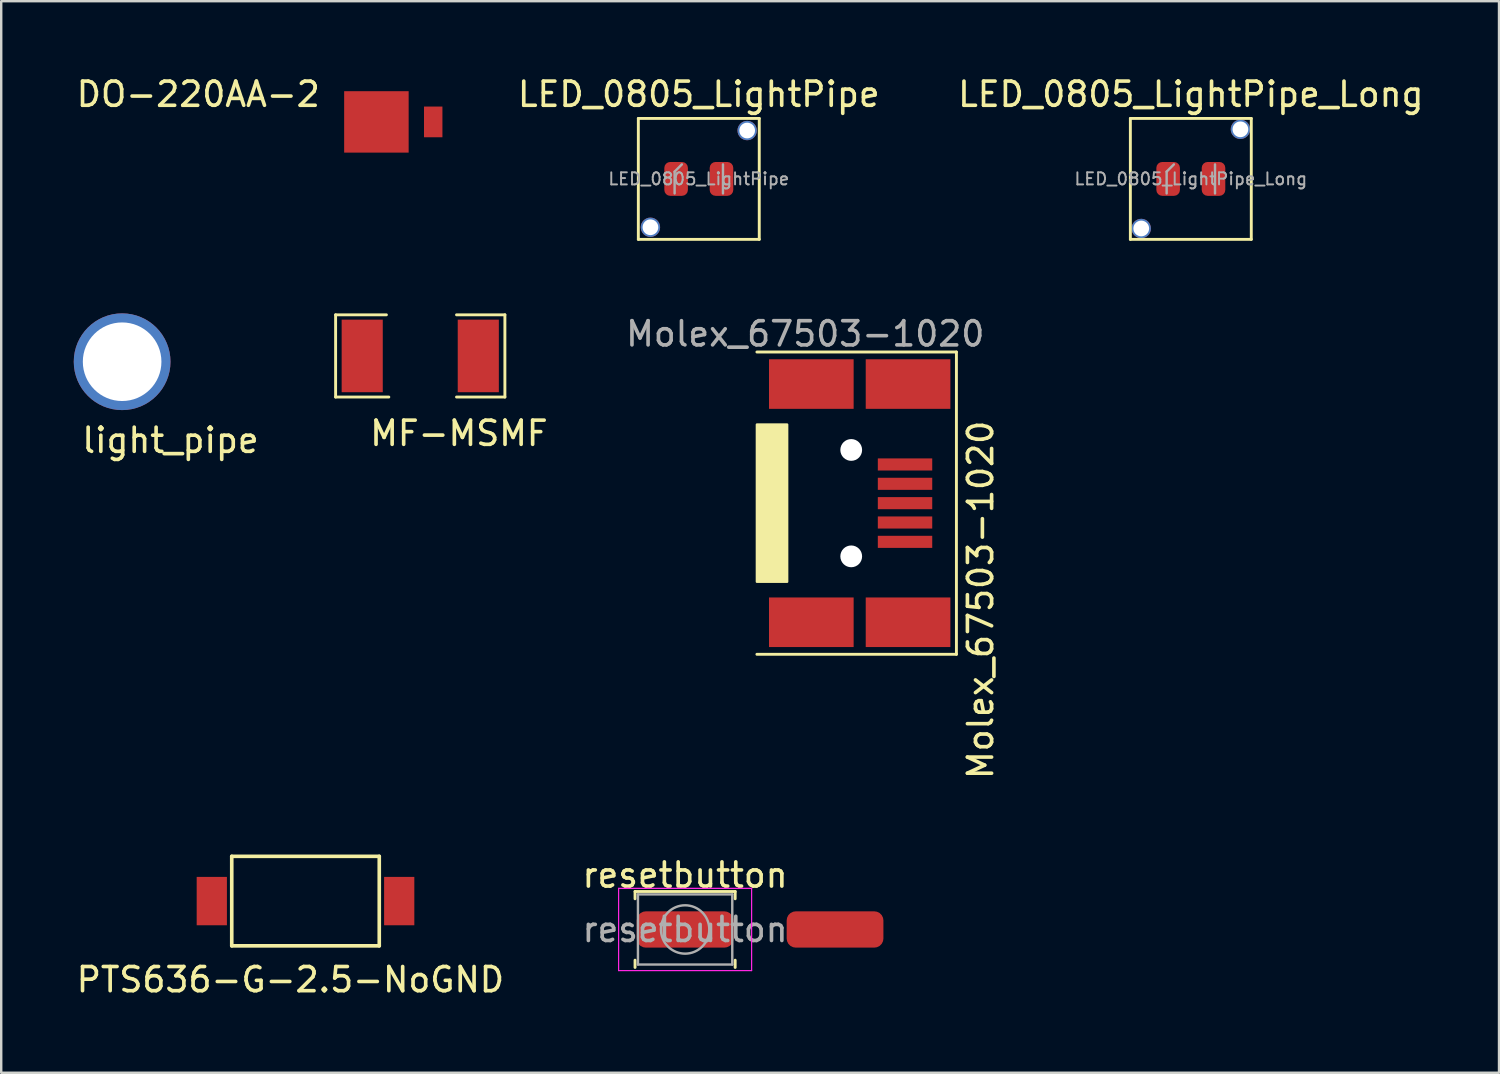
<source format=kicad_pcb>
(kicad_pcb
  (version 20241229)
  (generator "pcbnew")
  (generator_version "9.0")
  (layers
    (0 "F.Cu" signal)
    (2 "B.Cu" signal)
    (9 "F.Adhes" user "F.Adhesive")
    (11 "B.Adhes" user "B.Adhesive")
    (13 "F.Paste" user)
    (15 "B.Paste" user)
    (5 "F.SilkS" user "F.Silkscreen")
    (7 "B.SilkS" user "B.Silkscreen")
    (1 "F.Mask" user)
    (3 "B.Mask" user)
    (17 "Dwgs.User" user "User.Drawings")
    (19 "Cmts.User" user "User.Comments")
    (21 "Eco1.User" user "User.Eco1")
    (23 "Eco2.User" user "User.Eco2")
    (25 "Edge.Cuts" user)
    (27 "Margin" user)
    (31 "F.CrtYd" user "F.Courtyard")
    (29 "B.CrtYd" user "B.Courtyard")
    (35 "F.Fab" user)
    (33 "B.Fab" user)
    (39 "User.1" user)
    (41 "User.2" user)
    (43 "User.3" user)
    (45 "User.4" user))
  (footprint "resetbutton"
    (layer "F.Cu")
    (at 25.28 35.385)
    (property "Reference" "resetbutton" (at 0 -2.25 0) (layer "F.SilkS") (effects (font (size 1 1) (thickness 0.15))))
    (attr smd)
    (fp_line (start -2.07 -1.57) (end 2.07 -1.57) (stroke (width 0.12) (type solid)) (layer "F.SilkS"))
    (fp_line (start -2.07 -1.27) (end -2.07 -1.57) (stroke (width 0.12) (type solid)) (layer "F.SilkS"))
    (fp_line (start -2.07 1.57) (end -2.07 1.27) (stroke (width 0.12) (type solid)) (layer "F.SilkS"))
    (fp_line (start 2.07 -1.57) (end 2.07 -1.27) (stroke (width 0.12) (type solid)) (layer "F.SilkS"))
    (fp_line (start 2.07 1.27) (end 2.07 1.57) (stroke (width 0.12) (type solid)) (layer "F.SilkS"))
    (fp_line (start -2.75 -1.7) (end 2.75 -1.7) (stroke (width 0.05) (type solid)) (layer "F.CrtYd"))
    (fp_line (start -2.75 1.7) (end -2.75 -1.7) (stroke (width 0.05) (type solid)) (layer "F.CrtYd"))
    (fp_line (start 2.75 -1.7) (end 2.75 1.7) (stroke (width 0.05) (type solid)) (layer "F.CrtYd"))
    (fp_line (start 2.75 1.7) (end -2.75 1.7) (stroke (width 0.05) (type solid)) (layer "F.CrtYd"))
    (fp_line (start -1.95 -1.45) (end 1.95 -1.45) (stroke (width 0.1) (type solid)) (layer "F.Fab"))
    (fp_line (start -1.95 1.45) (end -1.95 -1.45) (stroke (width 0.1) (type solid)) (layer "F.Fab"))
    (fp_line (start 1.95 -1.45) (end 1.95 1.45) (stroke (width 0.1) (type solid)) (layer "F.Fab"))
    (fp_line (start 1.95 1.45) (end -1.95 1.45) (stroke (width 0.1) (type solid)) (layer "F.Fab"))
    (fp_circle (center 0 0) (end 1 0) (stroke (width 0.1) (type solid)) (fill no) (layer "F.Fab"))
    (fp_text user "${REFERENCE}" (at 0 0 0) (layer "F.Fab") (effects (font (size 1 1) (thickness 0.15))))
    (pad "1" smd roundrect (at 0 0) (size 4 1.5) (layers "F.Cu" "F.Mask" "F.Paste") (roundrect_rratio 0.25))
    (pad "2" smd roundrect (at 6.2 0) (size 4 1.5) (layers "F.Cu" "F.Mask" "F.Paste") (roundrect_rratio 0.25)))
  (footprint "PTS636-G-2.5-NoGND"
    (layer "F.Cu")
    (at 5.708 34.211)
    (property "Reference" "PTS636-G-2.5-NoGND" (at 3.25 3.25 0) (layer "F.SilkS") (effects (font (size 1 1) (thickness 0.15))))
    (attr through_hole)
    (fp_line (start 0.825 -1.85) (end 6.925 -1.85) (stroke (width 0.15) (type solid)) (layer "F.SilkS"))
    (fp_line (start 0.825 1.85) (end 0.825 -1.85) (stroke (width 0.15) (type solid)) (layer "F.SilkS"))
    (fp_line (start 6.925 -1.85) (end 6.925 1.85) (stroke (width 0.15) (type solid)) (layer "F.SilkS"))
    (fp_line (start 6.925 1.85) (end 0.825 1.85) (stroke (width 0.15) (type solid)) (layer "F.SilkS"))
    (pad "1" smd rect (at 0 0) (size 1.25 2) (layers "F.Cu" "F.Mask" "F.Paste"))
    (pad "2" smd rect (at 7.75 0) (size 1.25 2) (layers "F.Cu" "F.Mask" "F.Paste")))
  (footprint "DO-220AA-2"
    (layer "F.Cu")
    (at 12.515 1.991)
    (property "Reference" "DO-220AA-2" (at -7.366 -1.143 0) (layer "F.SilkS") (effects (font (size 1 1) (thickness 0.15))))
    (attr through_hole)
    (pad "1" smd rect (at 2.349 0) (size 0.762 1.27) (layers "F.Cu" "F.Mask" "F.Paste"))
    (pad "2" smd rect (at 0 0) (size 2.667 2.54) (layers "F.Cu" "F.Mask" "F.Paste")))
  (footprint "light_pipe"
    (layer "F.Cu")
    (at 2 11.908)
    (property "Reference" "light_pipe" (at 2 3.25 0) (layer "F.SilkS") (effects (font (size 1 1) (thickness 0.15))))
    (attr through_hole)
    (pad "1" thru_hole circle (at 0 0) (size 4 4) (drill 3.25) (layers "*.Cu" "*.Mask")))
  (footprint "LED_0805_LightPipe"
    (layer "F.Cu")
    (at 25.846 4.348)
    (property "Reference" "LED_0805_LightPipe" (at 0 -3.5 0) (layer "F.SilkS") (effects (font (size 1 1) (thickness 0.15))))
    (attr smd)
    (fp_line (start -2.5 -2.5) (end 2.5 -2.5) (stroke (width 0.12) (type solid)) (layer "F.SilkS"))
    (fp_line (start -2.5 2.5) (end -2.5 -2.5) (stroke (width 0.12) (type solid)) (layer "F.SilkS"))
    (fp_line (start 2.5 -2.5) (end 2.5 2.5) (stroke (width 0.12) (type solid)) (layer "F.SilkS"))
    (fp_line (start 2.5 2.5) (end -2.5 2.5) (stroke (width 0.12) (type solid)) (layer "F.SilkS"))
    (fp_line (start -1 -0.3) (end -1 0.6) (stroke (width 0.1) (type solid)) (layer "F.Fab"))
    (fp_line (start -0.7 -0.6) (end -1 -0.3) (stroke (width 0.1) (type solid)) (layer "F.Fab"))
    (fp_line (start 1 0.6) (end 1 -0.6) (stroke (width 0.1) (type solid)) (layer "F.Fab"))
    (fp_text user "${REFERENCE}" (at 0 0 0) (layer "F.Fab") (effects (font (size 0.5 0.5) (thickness 0.08))))
    (pad "" thru_hole circle (at -2 2) (size 0.8 0.8) (drill 0.65) (layers "*.Cu" "*.Mask"))
    (pad "" thru_hole circle (at 2 -2) (size 0.8 0.8) (drill 0.65) (layers "*.Cu" "*.Mask"))
    (pad "1" smd roundrect (at -0.938 0) (size 0.975 1.4) (layers "F.Cu" "F.Mask" "F.Paste") (roundrect_rratio 0.25))
    (pad "2" smd roundrect (at 0.938 0) (size 0.975 1.4) (layers "F.Cu" "F.Mask" "F.Paste") (roundrect_rratio 0.25)))
  (footprint "MF-MSMF"
    (layer "F.Cu")
    (at 11.928 11.668)
    (property "Reference" "MF-MSMF" (at 4 3.2 0) (layer "F.SilkS") (effects (font (size 1 1) (thickness 0.15))))
    (attr through_hole)
    (fp_line (start -1.1 -1.7) (end -1.1 1.7) (stroke (width 0.12) (type solid)) (layer "F.SilkS"))
    (fp_line (start -1.1 1.7) (end 1.1 1.7) (stroke (width 0.12) (type solid)) (layer "F.SilkS"))
    (fp_line (start 1 -1.7) (end -1.1 -1.7) (stroke (width 0.12) (type solid)) (layer "F.SilkS"))
    (fp_line (start 5.9 -1.7) (end 3.9 -1.7) (stroke (width 0.12) (type solid)) (layer "F.SilkS"))
    (fp_line (start 5.9 1.7) (end 3.9 1.7) (stroke (width 0.12) (type solid)) (layer "F.SilkS"))
    (fp_line (start 5.9 1.7) (end 5.9 -1.7) (stroke (width 0.12) (type solid)) (layer "F.SilkS"))
    (pad "1" smd rect (at 0 0) (size 1.7 3) (layers "F.Cu" "F.Mask" "F.Paste"))
    (pad "2" smd rect (at 4.8 0) (size 1.7 3) (layers "F.Cu" "F.Mask" "F.Paste")))
  (footprint "Molex_67503-1020"
    (layer "F.Cu")
    (at 28.249 17.756)
    (property "Reference" "Molex_67503-1020" (at 9.25 4 90) (layer "F.SilkS") (effects (font (size 1 1) (thickness 0.15))))
    (attr smd)
    (fp_line (start 0 -6.25) (end 8.25 -6.25) (stroke (width 0.12) (type solid)) (layer "F.SilkS"))
    (fp_line (start 8.25 -6.25) (end 8.25 6.25) (stroke (width 0.12) (type solid)) (layer "F.SilkS"))
    (fp_line (start 8.25 6.25) (end 0 6.25) (stroke (width 0.12) (type solid)) (layer "F.SilkS"))
    (fp_poly (pts (xy 0 -3.25) (xy 1.25 -3.25) (xy 1.25 3.25) (xy 0 3.25)) (stroke (width 0.1) (type solid)) (fill yes) (layer "F.SilkS"))
    (fp_text user "${REFERENCE}" (at 2 -7 180) (layer "F.Fab") (effects (font (size 1 1) (thickness 0.15))))
    (pad "" np_thru_hole circle (at 3.9 -2.2) (size 0.9 0.9) (drill 0.9) (layers "*.Cu" "*.Mask"))
    (pad "" np_thru_hole circle (at 3.9 2.2) (size 0.9 0.9) (drill 0.9) (layers "*.Cu" "*.Mask"))
    (pad "1" smd rect (at 6.125 -1.6 90) (size 0.5 2.25) (layers "F.Cu" "F.Mask" "F.Paste"))
    (pad "2" smd rect (at 6.125 -0.8 90) (size 0.5 2.25) (layers "F.Cu" "F.Mask" "F.Paste"))
    (pad "3" smd rect (at 6.125 0 90) (size 0.5 2.25) (layers "F.Cu" "F.Mask" "F.Paste"))
    (pad "4" smd rect (at 6.125 0.8 90) (size 0.5 2.25) (layers "F.Cu" "F.Mask" "F.Paste"))
    (pad "5" smd rect (at 6.125 1.6 90) (size 0.5 2.25) (layers "F.Cu" "F.Mask" "F.Paste"))
    (pad "6" smd rect (at 2.25 -4.925) (size 3.5 2.05) (layers "F.Cu" "F.Mask" "F.Paste"))
    (pad "6" smd rect (at 2.25 4.925) (size 3.5 2.05) (layers "F.Cu" "F.Mask" "F.Paste"))
    (pad "6" smd rect (at 6.25 -4.925) (size 3.5 2.05) (layers "F.Cu" "F.Mask" "F.Paste"))
    (pad "6" smd rect (at 6.25 4.925) (size 3.5 2.05) (layers "F.Cu" "F.Mask" "F.Paste")))
  (footprint "LED_0805_LightPipe_Long"
    (layer "F.Cu")
    (at 46.192 4.348)
    (property "Reference" "LED_0805_LightPipe_Long" (at 0 -3.5 0) (layer "F.SilkS") (effects (font (size 1 1) (thickness 0.15))))
    (attr smd)
    (fp_line (start -2.5 -2.5) (end 2.5 -2.5) (stroke (width 0.12) (type solid)) (layer "F.SilkS"))
    (fp_line (start -2.5 2.5) (end -2.5 -2.5) (stroke (width 0.12) (type solid)) (layer "F.SilkS"))
    (fp_line (start 2.5 -2.5) (end 2.5 2.5) (stroke (width 0.12) (type solid)) (layer "F.SilkS"))
    (fp_line (start 2.5 2.5) (end -2.5 2.5) (stroke (width 0.12) (type solid)) (layer "F.SilkS"))
    (fp_line (start -1 -0.3) (end -1 0.6) (stroke (width 0.1) (type solid)) (layer "F.Fab"))
    (fp_line (start -0.7 -0.6) (end -1 -0.3) (stroke (width 0.1) (type solid)) (layer "F.Fab"))
    (fp_line (start 1 0.6) (end 1 -0.6) (stroke (width 0.1) (type solid)) (layer "F.Fab"))
    (fp_text user "${REFERENCE}" (at 0 0 0) (layer "F.Fab") (effects (font (size 0.5 0.5) (thickness 0.08))))
    (pad "" thru_hole circle (at -2.05 2.05) (size 0.8 0.8) (drill 0.65) (layers "*.Cu" "*.Mask"))
    (pad "" thru_hole circle (at 2.05 -2.05) (size 0.8 0.8) (drill 0.65) (layers "*.Cu" "*.Mask"))
    (pad "1" smd roundrect (at -0.938 0) (size 0.975 1.4) (layers "F.Cu" "F.Mask" "F.Paste") (roundrect_rratio 0.25))
    (pad "2" smd roundrect (at 0.938 0) (size 0.975 1.4) (layers "F.Cu" "F.Mask" "F.Paste") (roundrect_rratio 0.25)))
  (gr_rect
    (start -3 -3)
    (end 58.936 41.31)
    (stroke (width 0.1) (type default))
    (fill no)
    (layer "Edge.Cuts")))
</source>
